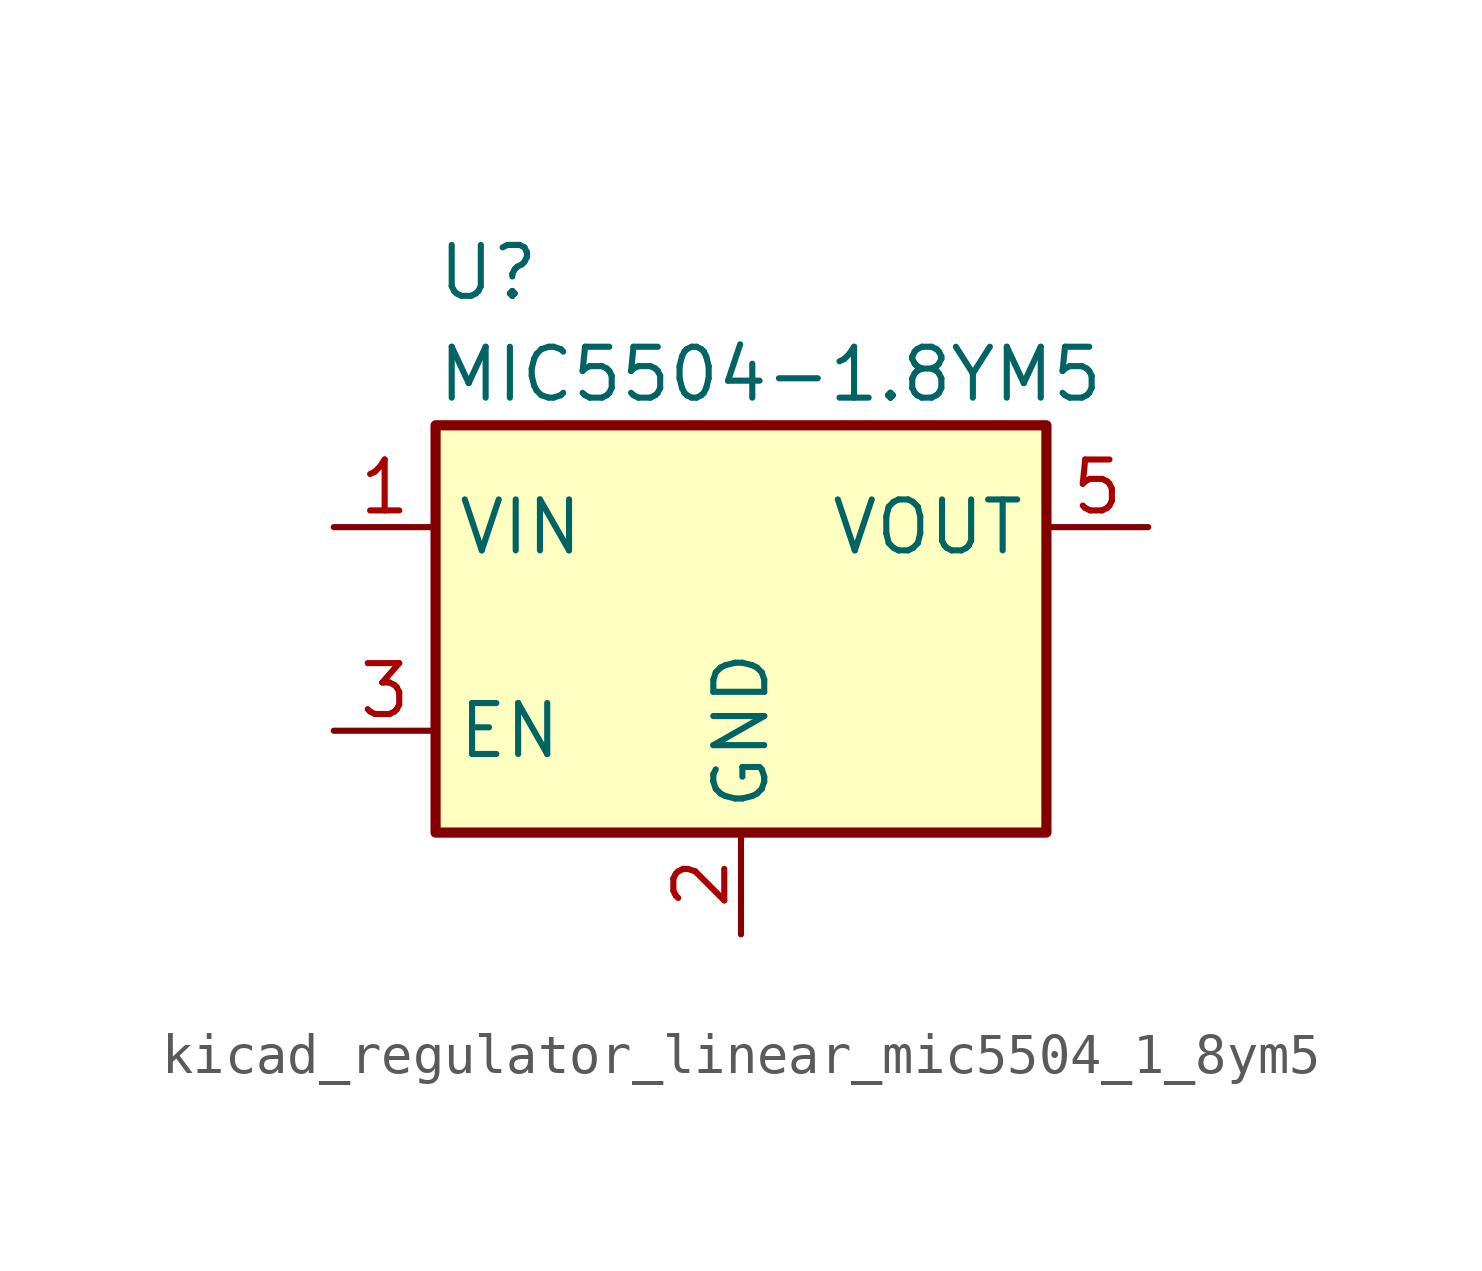
<source format=kicad_sym>
(kicad_symbol_lib
  (version 20220914)
  (generator kicad_symbol_editor)
  (symbol "kicad_regulator_linear_mic5504_1_8ym5"
    (property "Reference" "U"
      (at -7.62 8.89 0)
      (effects (font (size 1.27 1.27)) (justify left)))
    (property "Value" "MIC5504-1.8YM5"
      (at -7.62 6.35 0)
      (effects (font (size 1.27 1.27)) (justify left)))
    (symbol "kicad_regulator_linear_mic5504_1_8ym5_0_1"
      (rectangle (start -7.62 -5.08) (end 7.62 5.08) (stroke (width 0.254) (type default)) (fill (type background))))
    (symbol "kicad_regulator_linear_mic5504_1_8ym5_1_1"
      (pin power_in line (at -10.16 2.54 0) (length 2.54) (name "VIN" (effects (font (size 1.27 1.27)))) (number "1" (effects (font (size 1.27 1.27)))))
      (pin power_in line (at 0 -7.62 90) (length 2.54) (name "GND" (effects (font (size 1.27 1.27)))) (number "2" (effects (font (size 1.27 1.27)))))
      (pin input line (at -10.16 -2.54 0) (length 2.54) (name "EN" (effects (font (size 1.27 1.27)))) (number "3" (effects (font (size 1.27 1.27)))))
      (pin no_connect line (at 7.62 -2.54 180) (length 2.54) hide (name "NC" (effects (font (size 1.27 1.27)))) (number "4" (effects (font (size 1.27 1.27)))))
      (pin power_out line (at 10.16 2.54 180) (length 2.54) (name "VOUT" (effects (font (size 1.27 1.27)))) (number "5" (effects (font (size 1.27 1.27))))))))
</source>
